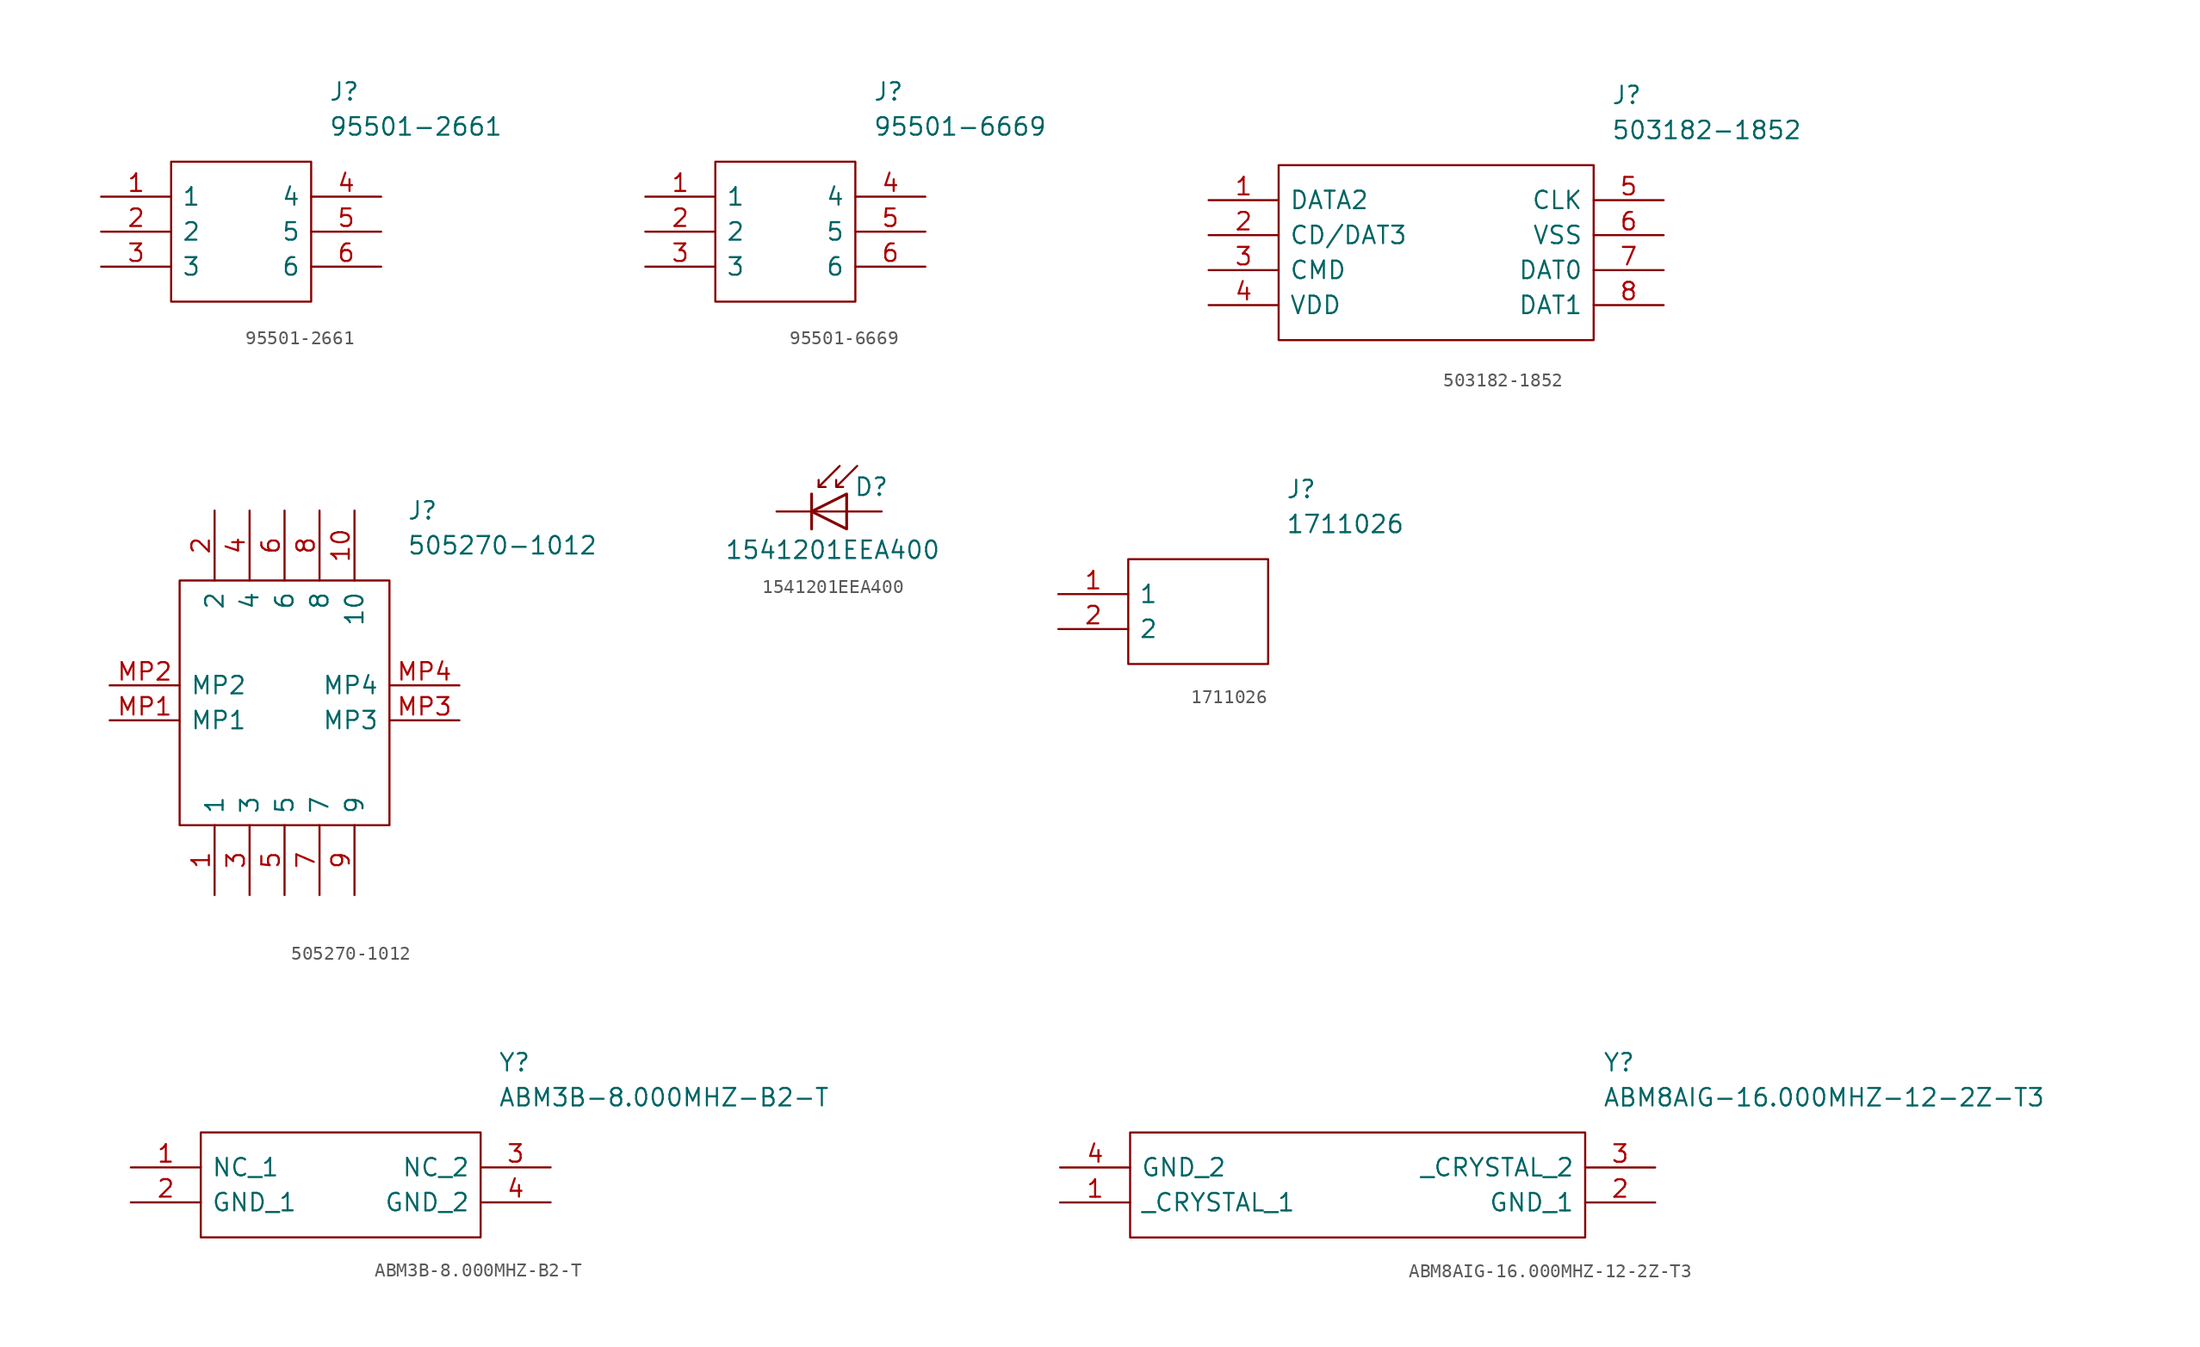
<source format=kicad_sym>
(kicad_symbol_lib
  (version 20211014)
  (generator kicad_symbol_editor)
  (symbol "95501-2661"
    (pin_names
      (offset 0.762))
    (property "Reference" "J"
      (at 16.51 7.62 0)
      (effects (font (size 1.27 1.27)) (justify left)))
    (property "Value" "95501-2661"
      (at 16.51 5.08 0)
      (effects (font (size 1.27 1.27)) (justify left)))
    (symbol "95501-2661_0_0"
      (pin unspecified line (at 0 0 0) (length 5.08) (name "1" (effects (font (size 1.27 1.27)))) (number "1" (effects (font (size 1.27 1.27)))))
      (pin unspecified line (at 0 -2.54 0) (length 5.08) (name "2" (effects (font (size 1.27 1.27)))) (number "2" (effects (font (size 1.27 1.27)))))
      (pin unspecified line (at 0 -5.08 0) (length 5.08) (name "3" (effects (font (size 1.27 1.27)))) (number "3" (effects (font (size 1.27 1.27)))))
      (pin unspecified line (at 20.32 0 180) (length 5.08) (name "4" (effects (font (size 1.27 1.27)))) (number "4" (effects (font (size 1.27 1.27)))))
      (pin unspecified line (at 20.32 -2.54 180) (length 5.08) (name "5" (effects (font (size 1.27 1.27)))) (number "5" (effects (font (size 1.27 1.27)))))
      (pin unspecified line (at 20.32 -5.08 180) (length 5.08) (name "6" (effects (font (size 1.27 1.27)))) (number "6" (effects (font (size 1.27 1.27))))))
    (symbol "95501-2661_0_1"
      (polyline (pts (xy 5.08 2.54) (xy 15.24 2.54) (xy 15.24 -7.62) (xy 5.08 -7.62) (xy 5.08 2.54)) (stroke (width 0.152) (type default) (color 0 0 0 0)) (fill (type none)))))
  (symbol "95501-6669"
    (pin_names
      (offset 0.762))
    (property "Reference" "J"
      (at 16.51 7.62 0)
      (effects (font (size 1.27 1.27)) (justify left)))
    (property "Value" "95501-6669"
      (at 16.51 5.08 0)
      (effects (font (size 1.27 1.27)) (justify left)))
    (symbol "95501-6669_0_0"
      (pin unspecified line (at 0 0 0) (length 5.08) (name "1" (effects (font (size 1.27 1.27)))) (number "1" (effects (font (size 1.27 1.27)))))
      (pin unspecified line (at 0 -2.54 0) (length 5.08) (name "2" (effects (font (size 1.27 1.27)))) (number "2" (effects (font (size 1.27 1.27)))))
      (pin unspecified line (at 0 -5.08 0) (length 5.08) (name "3" (effects (font (size 1.27 1.27)))) (number "3" (effects (font (size 1.27 1.27)))))
      (pin unspecified line (at 20.32 0 180) (length 5.08) (name "4" (effects (font (size 1.27 1.27)))) (number "4" (effects (font (size 1.27 1.27)))))
      (pin unspecified line (at 20.32 -2.54 180) (length 5.08) (name "5" (effects (font (size 1.27 1.27)))) (number "5" (effects (font (size 1.27 1.27)))))
      (pin unspecified line (at 20.32 -5.08 180) (length 5.08) (name "6" (effects (font (size 1.27 1.27)))) (number "6" (effects (font (size 1.27 1.27))))))
    (symbol "95501-6669_0_1"
      (polyline (pts (xy 5.08 2.54) (xy 15.24 2.54) (xy 15.24 -7.62) (xy 5.08 -7.62) (xy 5.08 2.54)) (stroke (width 0.152) (type default) (color 0 0 0 0)) (fill (type none)))))
  (symbol "503182-1852"
    (pin_names
      (offset 0.762))
    (property "Reference" "J"
      (at 29.21 7.62 0)
      (effects (font (size 1.27 1.27)) (justify left)))
    (property "Value" "503182-1852"
      (at 29.21 5.08 0)
      (effects (font (size 1.27 1.27)) (justify left)))
    (symbol "503182-1852_0_0"
      (pin passive line (at 0 0 0) (length 5.08) (name "DATA2" (effects (font (size 1.27 1.27)))) (number "1" (effects (font (size 1.27 1.27)))))
      (pin passive line (at 0 -2.54 0) (length 5.08) (name "CD/DAT3" (effects (font (size 1.27 1.27)))) (number "2" (effects (font (size 1.27 1.27)))))
      (pin passive line (at 0 -5.08 0) (length 5.08) (name "CMD" (effects (font (size 1.27 1.27)))) (number "3" (effects (font (size 1.27 1.27)))))
      (pin passive line (at 0 -7.62 0) (length 5.08) (name "VDD" (effects (font (size 1.27 1.27)))) (number "4" (effects (font (size 1.27 1.27)))))
      (pin passive line (at 33.02 0 180) (length 5.08) (name "CLK" (effects (font (size 1.27 1.27)))) (number "5" (effects (font (size 1.27 1.27)))))
      (pin passive line (at 33.02 -2.54 180) (length 5.08) (name "VSS" (effects (font (size 1.27 1.27)))) (number "6" (effects (font (size 1.27 1.27)))))
      (pin passive line (at 33.02 -5.08 180) (length 5.08) (name "DAT0" (effects (font (size 1.27 1.27)))) (number "7" (effects (font (size 1.27 1.27)))))
      (pin passive line (at 33.02 -7.62 180) (length 5.08) (name "DAT1" (effects (font (size 1.27 1.27)))) (number "8" (effects (font (size 1.27 1.27))))))
    (symbol "503182-1852_0_1"
      (polyline (pts (xy 5.08 2.54) (xy 27.94 2.54) (xy 27.94 -10.16) (xy 5.08 -10.16) (xy 5.08 2.54)) (stroke (width 0.152) (type default) (color 0 0 0 0)) (fill (type none)))))
  (symbol "505270-1012"
    (pin_names
      (offset 0.762))
    (property "Reference" "J"
      (at 21.59 12.7 0)
      (effects (font (size 1.27 1.27)) (justify left)))
    (property "Value" "505270-1012"
      (at 21.59 10.16 0)
      (effects (font (size 1.27 1.27)) (justify left)))
    (symbol "505270-1012_0_0"
      (pin passive line (at 7.62 -15.24 90) (length 5.08) (name "1" (effects (font (size 1.27 1.27)))) (number "1" (effects (font (size 1.27 1.27)))))
      (pin passive line (at 17.78 12.7 270) (length 5.08) (name "10" (effects (font (size 1.27 1.27)))) (number "10" (effects (font (size 1.27 1.27)))))
      (pin passive line (at 7.62 12.7 270) (length 5.08) (name "2" (effects (font (size 1.27 1.27)))) (number "2" (effects (font (size 1.27 1.27)))))
      (pin passive line (at 10.16 -15.24 90) (length 5.08) (name "3" (effects (font (size 1.27 1.27)))) (number "3" (effects (font (size 1.27 1.27)))))
      (pin passive line (at 10.16 12.7 270) (length 5.08) (name "4" (effects (font (size 1.27 1.27)))) (number "4" (effects (font (size 1.27 1.27)))))
      (pin passive line (at 12.7 -15.24 90) (length 5.08) (name "5" (effects (font (size 1.27 1.27)))) (number "5" (effects (font (size 1.27 1.27)))))
      (pin passive line (at 12.7 12.7 270) (length 5.08) (name "6" (effects (font (size 1.27 1.27)))) (number "6" (effects (font (size 1.27 1.27)))))
      (pin passive line (at 15.24 -15.24 90) (length 5.08) (name "7" (effects (font (size 1.27 1.27)))) (number "7" (effects (font (size 1.27 1.27)))))
      (pin passive line (at 15.24 12.7 270) (length 5.08) (name "8" (effects (font (size 1.27 1.27)))) (number "8" (effects (font (size 1.27 1.27)))))
      (pin passive line (at 17.78 -15.24 90) (length 5.08) (name "9" (effects (font (size 1.27 1.27)))) (number "9" (effects (font (size 1.27 1.27)))))
      (pin passive line (at 0 -2.54 0) (length 5.08) (name "MP1" (effects (font (size 1.27 1.27)))) (number "MP1" (effects (font (size 1.27 1.27)))))
      (pin passive line (at 0 0 0) (length 5.08) (name "MP2" (effects (font (size 1.27 1.27)))) (number "MP2" (effects (font (size 1.27 1.27)))))
      (pin passive line (at 25.4 -2.54 180) (length 5.08) (name "MP3" (effects (font (size 1.27 1.27)))) (number "MP3" (effects (font (size 1.27 1.27)))))
      (pin passive line (at 25.4 0 180) (length 5.08) (name "MP4" (effects (font (size 1.27 1.27)))) (number "MP4" (effects (font (size 1.27 1.27))))))
    (symbol "505270-1012_0_1"
      (polyline (pts (xy 5.08 7.62) (xy 20.32 7.62) (xy 20.32 -10.16) (xy 5.08 -10.16) (xy 5.08 7.62)) (stroke (width 0.152) (type default) (color 0 0 0 0)) (fill (type none)))))
  (symbol "1541201EEA400"
    (pin_numbers hide)
    (pin_names hide)
    (property "Reference" "D"
      (at 0.508 1.778 0)
      (effects (font (size 1.27 1.27)) (justify left)))
    (property "Value" "1541201EEA400"
      (at -1.016 -2.794 0)
      (effects (font (size 1.27 1.27))))
    (symbol "1541201EEA400_0_1"
      (polyline (pts (xy -2.54 1.27) (xy -2.54 -1.27)) (stroke (width 0.203) (type default) (color 0 0 0 0)) (fill (type none)))
      (polyline (pts (xy -2.032 1.778) (xy -1.524 1.778)) (stroke (width 0) (type default) (color 0 0 0 0)) (fill (type none)))
      (polyline (pts (xy 0 0) (xy -2.54 0)) (stroke (width 0) (type default) (color 0 0 0 0)) (fill (type none)))
      (polyline (pts (xy -0.508 3.302) (xy -2.032 1.778) (xy -2.032 2.286)) (stroke (width 0) (type default) (color 0 0 0 0)) (fill (type none)))
      (polyline (pts (xy 0 -1.27) (xy 0 1.27) (xy -2.54 0) (xy 0 -1.27)) (stroke (width 0.203) (type default) (color 0 0 0 0)) (fill (type none)))
      (polyline (pts (xy 0.762 3.302) (xy -0.762 1.778) (xy -0.762 2.286) (xy -0.762 1.778) (xy -0.254 1.778)) (stroke (width 0) (type default) (color 0 0 0 0)) (fill (type none))))
    (symbol "1541201EEA400_1_1"
      (pin passive line (at -5.08 0 0) (length 2.54) (name "K" (effects (font (size 1.27 1.27)))) (number "1" (effects (font (size 1.27 1.27)))))
      (pin passive line (at 2.54 0 180) (length 2.54) (name "A" (effects (font (size 1.27 1.27)))) (number "2" (effects (font (size 1.27 1.27)))))))
  (symbol "1711026"
    (pin_names
      (offset 0.762))
    (property "Reference" "J"
      (at 16.51 7.62 0)
      (effects (font (size 1.27 1.27)) (justify left)))
    (property "Value" "1711026"
      (at 16.51 5.08 0)
      (effects (font (size 1.27 1.27)) (justify left)))
    (symbol "1711026_0_0"
      (pin bidirectional line (at 0 0 0) (length 5.08) (name "1" (effects (font (size 1.27 1.27)))) (number "1" (effects (font (size 1.27 1.27)))))
      (pin bidirectional line (at 0 -2.54 0) (length 5.08) (name "2" (effects (font (size 1.27 1.27)))) (number "2" (effects (font (size 1.27 1.27))))))
    (symbol "1711026_0_1"
      (polyline (pts (xy 5.08 2.54) (xy 15.24 2.54) (xy 15.24 -5.08) (xy 5.08 -5.08) (xy 5.08 2.54)) (stroke (width 0.152) (type default) (color 0 0 0 0)) (fill (type none)))))
  (symbol "ABM3B-8.000MHZ-B2-T"
    (pin_names
      (offset 0.762))
    (property "Reference" "Y"
      (at 26.67 7.62 0)
      (effects (font (size 1.27 1.27)) (justify left)))
    (property "Value" "ABM3B-8.000MHZ-B2-T"
      (at 26.67 5.08 0)
      (effects (font (size 1.27 1.27)) (justify left)))
    (symbol "ABM3B-8.000MHZ-B2-T_0_0"
      (pin bidirectional line (at 0 0 0) (length 5.08) (name "NC_1" (effects (font (size 1.27 1.27)))) (number "1" (effects (font (size 1.27 1.27)))))
      (pin bidirectional line (at 0 -2.54 0) (length 5.08) (name "GND_1" (effects (font (size 1.27 1.27)))) (number "2" (effects (font (size 1.27 1.27)))))
      (pin bidirectional line (at 30.48 0 180) (length 5.08) (name "NC_2" (effects (font (size 1.27 1.27)))) (number "3" (effects (font (size 1.27 1.27)))))
      (pin bidirectional line (at 30.48 -2.54 180) (length 5.08) (name "GND_2" (effects (font (size 1.27 1.27)))) (number "4" (effects (font (size 1.27 1.27))))))
    (symbol "ABM3B-8.000MHZ-B2-T_0_1"
      (polyline (pts (xy 5.08 2.54) (xy 25.4 2.54) (xy 25.4 -5.08) (xy 5.08 -5.08) (xy 5.08 2.54)) (stroke (width 0.152) (type default) (color 0 0 0 0)) (fill (type none)))))
  (symbol "ABM8AIG-16.000MHZ-12-2Z-T3"
    (pin_names
      (offset 0.762))
    (property "Reference" "Y"
      (at 39.37 7.62 0)
      (effects (font (size 1.27 1.27)) (justify left)))
    (property "Value" "ABM8AIG-16.000MHZ-12-2Z-T3"
      (at 39.37 5.08 0)
      (effects (font (size 1.27 1.27)) (justify left)))
    (symbol "ABM8AIG-16.000MHZ-12-2Z-T3_0_0"
      (pin passive line (at 0 -2.54 0) (length 5.08) (name "_CRYSTAL_1" (effects (font (size 1.27 1.27)))) (number "1" (effects (font (size 1.27 1.27)))))
      (pin passive line (at 43.18 -2.54 180) (length 5.08) (name "GND_1" (effects (font (size 1.27 1.27)))) (number "2" (effects (font (size 1.27 1.27)))))
      (pin passive line (at 43.18 0 180) (length 5.08) (name "_CRYSTAL_2" (effects (font (size 1.27 1.27)))) (number "3" (effects (font (size 1.27 1.27)))))
      (pin passive line (at 0 0 0) (length 5.08) (name "GND_2" (effects (font (size 1.27 1.27)))) (number "4" (effects (font (size 1.27 1.27))))))
    (symbol "ABM8AIG-16.000MHZ-12-2Z-T3_0_1"
      (polyline (pts (xy 5.08 2.54) (xy 38.1 2.54) (xy 38.1 -5.08) (xy 5.08 -5.08) (xy 5.08 2.54)) (stroke (width 0.152) (type default) (color 0 0 0 0)) (fill (type none))))))
</source>
